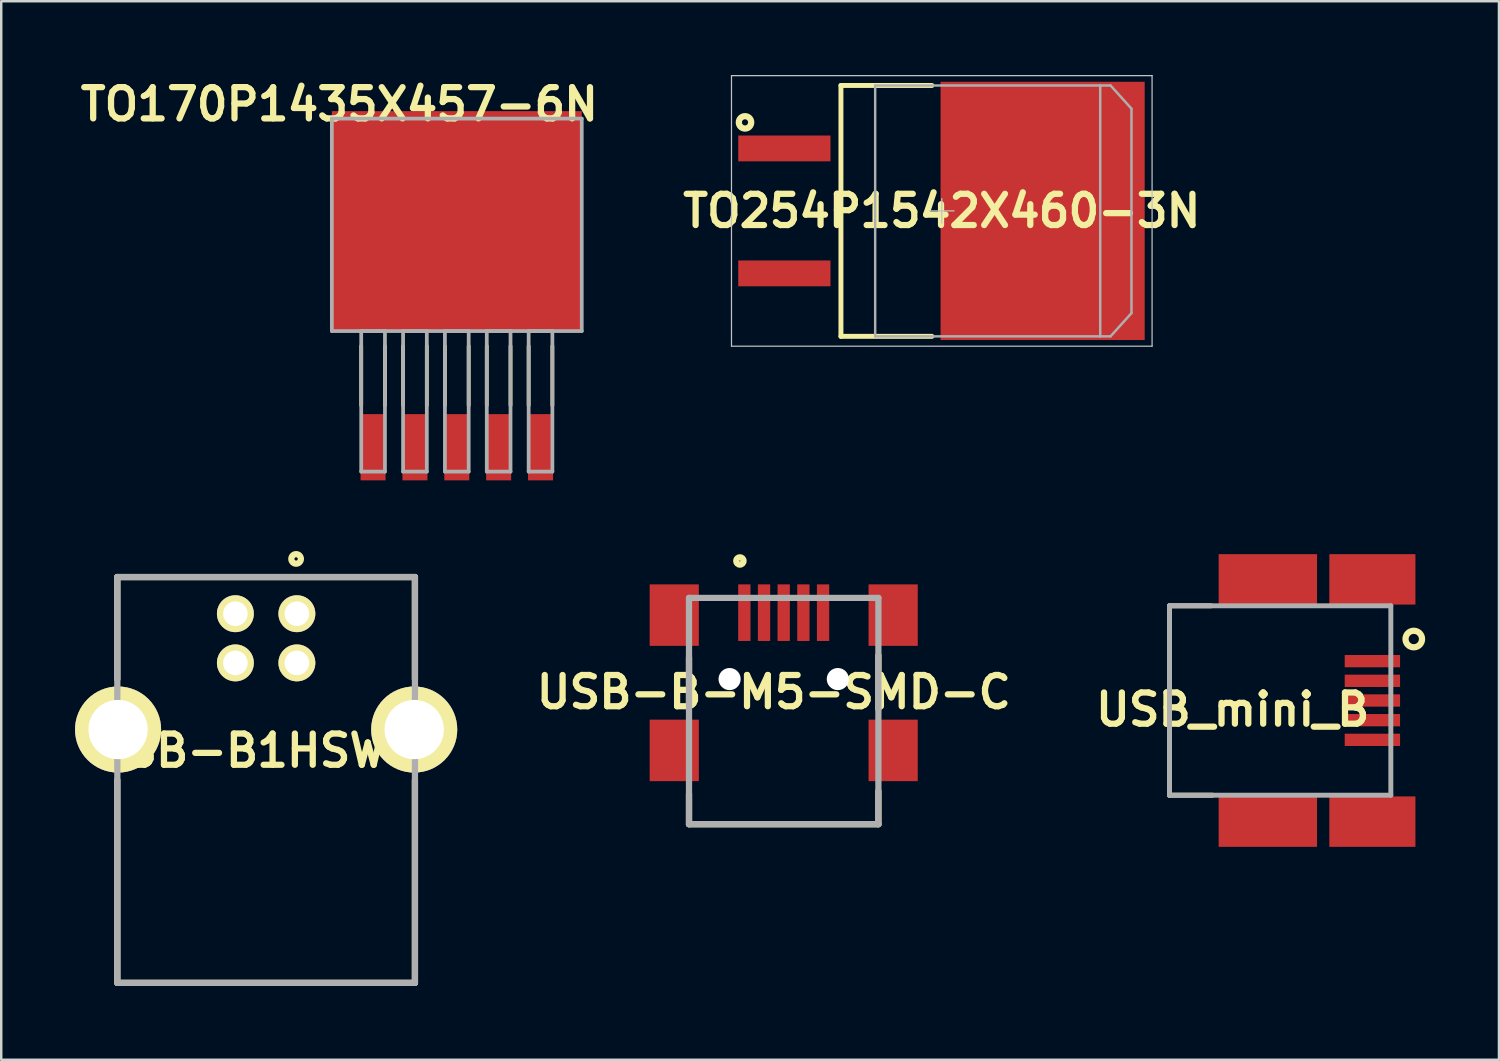
<source format=kicad_pcb>
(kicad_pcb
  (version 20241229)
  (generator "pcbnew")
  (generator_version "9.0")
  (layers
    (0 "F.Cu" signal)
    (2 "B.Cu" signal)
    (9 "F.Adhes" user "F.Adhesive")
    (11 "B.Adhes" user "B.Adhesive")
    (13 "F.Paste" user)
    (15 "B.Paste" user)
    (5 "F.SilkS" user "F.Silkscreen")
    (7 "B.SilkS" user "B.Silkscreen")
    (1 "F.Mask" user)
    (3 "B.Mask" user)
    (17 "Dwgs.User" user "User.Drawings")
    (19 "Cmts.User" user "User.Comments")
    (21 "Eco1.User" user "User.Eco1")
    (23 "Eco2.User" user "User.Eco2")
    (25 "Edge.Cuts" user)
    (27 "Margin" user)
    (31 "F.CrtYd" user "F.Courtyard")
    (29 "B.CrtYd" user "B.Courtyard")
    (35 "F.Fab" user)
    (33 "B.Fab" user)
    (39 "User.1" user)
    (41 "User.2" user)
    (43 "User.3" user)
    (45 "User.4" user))
  (footprint "USB-B1HSW6"
    (layer "F.Cu")
    (at 7.77 26.611)
    (property "Reference" "USB-B1HSW6" (at -0.464 0.858 0) (layer "F.SilkS") (effects (font (size 1.27 1.27) (thickness 0.254))))
    (attr through_hole)
    (fp_line (start -6.05 -6.2) (end -6.05 -2.05) (stroke (width 0.254) (type solid)) (layer "F.SilkS"))
    (fp_line (start -6.05 -6.2) (end 6.05 -6.2) (stroke (width 0.254) (type solid)) (layer "F.SilkS"))
    (fp_line (start -6.05 10.3) (end -6.05 2.05) (stroke (width 0.254) (type solid)) (layer "F.SilkS"))
    (fp_line (start -6.05 10.3) (end 6.05 10.3) (stroke (width 0.254) (type solid)) (layer "F.SilkS"))
    (fp_line (start 6.05 -6.2) (end 6.05 -2.05) (stroke (width 0.254) (type solid)) (layer "F.SilkS"))
    (fp_line (start 6.05 10.3) (end 6.05 2.05) (stroke (width 0.254) (type solid)) (layer "F.SilkS"))
    (fp_circle (center 1.219 -6.937) (end 1.152 -6.937) (stroke (width 0.254) (type solid)) (fill no) (layer "F.SilkS"))
    (fp_line (start -6.05 -6.2) (end 6.05 -6.2) (stroke (width 0.254) (type solid)) (layer "F.Fab"))
    (fp_line (start -6.05 10.3) (end -6.05 -6.2) (stroke (width 0.254) (type solid)) (layer "F.Fab"))
    (fp_line (start 6.05 -6.2) (end 6.05 10.3) (stroke (width 0.254) (type solid)) (layer "F.Fab"))
    (fp_line (start 6.05 10.3) (end -6.05 10.3) (stroke (width 0.254) (type solid)) (layer "F.Fab"))
    (pad "1" thru_hole circle (at 1.25 -4.71 90) (size 1.5 1.5) (drill 1) (layers "*.Cu" "*.Mask" "F.SilkS"))
    (pad "2" thru_hole circle (at -1.25 -4.71 90) (size 1.5 1.5) (drill 1) (layers "*.Cu" "*.Mask" "F.SilkS"))
    (pad "3" thru_hole circle (at -1.25 -2.71 90) (size 1.5 1.5) (drill 1) (layers "*.Cu" "*.Mask" "F.SilkS"))
    (pad "4" thru_hole circle (at 1.25 -2.71 90) (size 1.5 1.5) (drill 1) (layers "*.Cu" "*.Mask" "F.SilkS"))
    (pad "5" thru_hole circle (at -6.02 0 90) (size 3.5 3.5) (drill 2.41) (layers "*.Cu" "*.Mask" "F.SilkS"))
    (pad "6" thru_hole circle (at 6.02 0 90) (size 3.5 3.5) (drill 2.41) (layers "*.Cu" "*.Mask" "F.SilkS")))
  (footprint "TO170P1435X457-6N"
    (layer "F.Cu")
    (at 15.522 6.091)
    (property "Reference" "TO170P1435X457-6N" (at -4.775 -4.902 0) (layer "F.SilkS") (effects (font (size 1.27 1.27) (thickness 0.254))))
    (attr smd)
    (fp_line (start -3.886 4.928) (end -3.886 7.341) (stroke (width 0.152) (type solid)) (layer "F.SilkS"))
    (fp_line (start -2.921 4.928) (end -2.921 7.341) (stroke (width 0.152) (type solid)) (layer "F.SilkS"))
    (fp_line (start -2.184 4.928) (end -2.184 7.341) (stroke (width 0.152) (type solid)) (layer "F.SilkS"))
    (fp_line (start -1.219 4.928) (end -1.219 7.341) (stroke (width 0.152) (type solid)) (layer "F.SilkS"))
    (fp_line (start -0.483 4.928) (end -0.483 7.341) (stroke (width 0.152) (type solid)) (layer "F.SilkS"))
    (fp_line (start 0.483 4.928) (end 0.483 7.341) (stroke (width 0.152) (type solid)) (layer "F.SilkS"))
    (fp_line (start 1.219 4.928) (end 1.219 7.341) (stroke (width 0.152) (type solid)) (layer "F.SilkS"))
    (fp_line (start 2.184 4.928) (end 2.184 7.341) (stroke (width 0.152) (type solid)) (layer "F.SilkS"))
    (fp_line (start 2.921 4.928) (end 2.921 7.341) (stroke (width 0.152) (type solid)) (layer "F.SilkS"))
    (fp_line (start 3.886 4.928) (end 3.886 7.341) (stroke (width 0.152) (type solid)) (layer "F.SilkS"))
    (fp_line (start -5.08 -4.318) (end -5.08 4.318) (stroke (width 0.152) (type solid)) (layer "F.Fab"))
    (fp_line (start -5.08 4.318) (end 5.08 4.318) (stroke (width 0.152) (type solid)) (layer "F.Fab"))
    (fp_line (start -3.886 4.318) (end -3.886 10.033) (stroke (width 0.152) (type solid)) (layer "F.Fab"))
    (fp_line (start -3.886 10.033) (end -2.921 10.033) (stroke (width 0.152) (type solid)) (layer "F.Fab"))
    (fp_line (start -2.921 4.318) (end -3.886 4.318) (stroke (width 0.152) (type solid)) (layer "F.Fab"))
    (fp_line (start -2.921 10.033) (end -2.921 4.318) (stroke (width 0.152) (type solid)) (layer "F.Fab"))
    (fp_line (start -2.184 4.318) (end -2.184 10.033) (stroke (width 0.152) (type solid)) (layer "F.Fab"))
    (fp_line (start -2.184 10.033) (end -1.219 10.033) (stroke (width 0.152) (type solid)) (layer "F.Fab"))
    (fp_line (start -1.219 4.318) (end -2.184 4.318) (stroke (width 0.152) (type solid)) (layer "F.Fab"))
    (fp_line (start -1.219 10.033) (end -1.219 4.318) (stroke (width 0.152) (type solid)) (layer "F.Fab"))
    (fp_line (start -0.483 4.318) (end -0.483 10.033) (stroke (width 0.152) (type solid)) (layer "F.Fab"))
    (fp_line (start -0.483 10.033) (end 0.483 10.033) (stroke (width 0.152) (type solid)) (layer "F.Fab"))
    (fp_line (start 0.483 4.318) (end -0.483 4.318) (stroke (width 0.152) (type solid)) (layer "F.Fab"))
    (fp_line (start 0.483 10.033) (end 0.483 4.318) (stroke (width 0.152) (type solid)) (layer "F.Fab"))
    (fp_line (start 1.219 4.318) (end 1.219 10.033) (stroke (width 0.152) (type solid)) (layer "F.Fab"))
    (fp_line (start 1.219 10.033) (end 2.184 10.033) (stroke (width 0.152) (type solid)) (layer "F.Fab"))
    (fp_line (start 2.184 4.318) (end 1.219 4.318) (stroke (width 0.152) (type solid)) (layer "F.Fab"))
    (fp_line (start 2.184 10.033) (end 2.184 4.318) (stroke (width 0.152) (type solid)) (layer "F.Fab"))
    (fp_line (start 2.921 4.318) (end 2.921 10.033) (stroke (width 0.152) (type solid)) (layer "F.Fab"))
    (fp_line (start 2.921 10.033) (end 3.886 10.033) (stroke (width 0.152) (type solid)) (layer "F.Fab"))
    (fp_line (start 3.886 4.318) (end 2.921 4.318) (stroke (width 0.152) (type solid)) (layer "F.Fab"))
    (fp_line (start 3.886 10.033) (end 3.886 4.318) (stroke (width 0.152) (type solid)) (layer "F.Fab"))
    (fp_line (start 5.08 -4.318) (end -5.08 -4.318) (stroke (width 0.152) (type solid)) (layer "F.Fab"))
    (fp_line (start 5.08 4.318) (end 5.08 -4.318) (stroke (width 0.152) (type solid)) (layer "F.Fab"))
    (pad "1" smd rect (at -3.404 9.042) (size 1.016 2.692) (layers "F.Cu" "F.Mask" "F.Paste"))
    (pad "2" smd rect (at -1.702 9.042) (size 1.016 2.692) (layers "F.Cu" "F.Mask" "F.Paste"))
    (pad "3" smd rect (at 0 9.042) (size 1.016 2.692) (layers "F.Cu" "F.Mask" "F.Paste"))
    (pad "4" smd rect (at 1.702 9.042) (size 1.016 2.692) (layers "F.Cu" "F.Mask" "F.Paste"))
    (pad "5" smd rect (at 3.404 9.042) (size 1.016 2.692) (layers "F.Cu" "F.Mask" "F.Paste"))
    (pad "6" smd rect (at 0 -0.152 90) (size 8.941 10.16) (layers "F.Cu" "F.Mask" "F.Paste")))
  (footprint "USB-B-M5-SMD-C"
    (layer "F.Cu")
    (at 24.963 30.459)
    (property "Reference" "USB-B-M5-SMD-C" (at 3.447 -5.37 0) (layer "F.SilkS") (effects (font (size 1.27 1.27) (thickness 0.254))))
    (attr through_hole)
    (fp_line (start 0 -6.785) (end 0 -4.717) (stroke (width 0.254) (type solid)) (layer "F.SilkS"))
    (fp_line (start 0 0) (end 0 -1.235) (stroke (width 0.254) (type solid)) (layer "F.SilkS"))
    (fp_line (start 0 0) (end 7.7 0) (stroke (width 0.254) (type solid)) (layer "F.SilkS"))
    (fp_line (start 7.7 -6.858) (end 7.7 -4.681) (stroke (width 0.254) (type solid)) (layer "F.SilkS"))
    (fp_line (start 7.7 0) (end 7.7 -1.344) (stroke (width 0.254) (type solid)) (layer "F.SilkS"))
    (fp_circle (center 2.068 -10.703) (end 1.919 -10.703) (stroke (width 0.254) (type solid)) (fill no) (layer "F.SilkS"))
    (fp_line (start 0 -9.2) (end 7.7 -9.2) (stroke (width 0.254) (type solid)) (layer "F.Fab"))
    (fp_line (start 0 0) (end 0 -9.2) (stroke (width 0.254) (type solid)) (layer "F.Fab"))
    (fp_line (start 7.7 -9.2) (end 7.7 0) (stroke (width 0.254) (type solid)) (layer "F.Fab"))
    (fp_line (start 7.7 0) (end 0 0) (stroke (width 0.254) (type solid)) (layer "F.Fab"))
    (pad "" np_thru_hole circle (at 1.65 -5.9 90) (size 0.9 0.9) (drill 0.9) (layers "*.Mask" "F.Cu"))
    (pad "" np_thru_hole circle (at 6.05 -5.9 90) (size 0.9 0.9) (drill 0.9) (layers "*.Mask" "F.Cu"))
    (pad "1" smd rect (at 2.25 -8.6) (size 0.5 2.3) (layers "F.Cu" "F.Mask" "F.Paste"))
    (pad "2" smd rect (at 3.05 -8.6) (size 0.5 2.3) (layers "F.Cu" "F.Mask" "F.Paste"))
    (pad "3" smd rect (at 3.85 -8.6) (size 0.5 2.3) (layers "F.Cu" "F.Mask" "F.Paste"))
    (pad "4" smd rect (at 4.65 -8.6) (size 0.5 2.3) (layers "F.Cu" "F.Mask" "F.Paste"))
    (pad "5" smd rect (at 5.45 -8.6) (size 0.5 2.3) (layers "F.Cu" "F.Mask" "F.Paste"))
    (pad "6" smd rect (at -0.6 -8.5) (size 2 2.5) (layers "F.Cu" "F.Mask" "F.Paste"))
    (pad "6" smd rect (at -0.6 -3) (size 2 2.5) (layers "F.Cu" "F.Mask" "F.Paste"))
    (pad "6" smd rect (at 8.3 -8.5) (size 2 2.5) (layers "F.Cu" "F.Mask" "F.Paste"))
    (pad "6" smd rect (at 8.3 -3) (size 2 2.5) (layers "F.Cu" "F.Mask" "F.Paste")))
  (footprint "USB_mini_B"
    (layer "F.Cu")
    (at 44.497 29.28)
    (property "Reference" "USB_mini_B" (at 2.57 -3.481 0) (layer "F.SilkS") (effects (font (size 1.27 1.27) (thickness 0.254))))
    (attr smd)
    (fp_line (start 0 -7.7) (end 0 0) (stroke (width 0.2) (type solid)) (layer "F.SilkS"))
    (fp_line (start 0 -7.7) (end 1.693 -7.7) (stroke (width 0.2) (type solid)) (layer "F.SilkS"))
    (fp_line (start 0 0) (end 1.752 0) (stroke (width 0.2) (type solid)) (layer "F.SilkS"))
    (fp_circle (center 9.933 -6.349) (end 9.597 -6.349) (stroke (width 0.254) (type solid)) (fill no) (layer "F.SilkS"))
    (fp_line (start 0 -7.7) (end 9 -7.7) (stroke (width 0.2) (type solid)) (layer "F.Fab"))
    (fp_line (start 0 0) (end 0 -7.7) (stroke (width 0.2) (type solid)) (layer "F.Fab"))
    (fp_line (start 9 -7.7) (end 9 0) (stroke (width 0.2) (type solid)) (layer "F.Fab"))
    (fp_line (start 9 0) (end 0 0) (stroke (width 0.2) (type solid)) (layer "F.Fab"))
    (pad "1" smd rect (at 8.25 -5.45 90) (size 0.5 2.25) (layers "F.Cu" "F.Mask" "F.Paste"))
    (pad "2" smd rect (at 8.25 -4.65 90) (size 0.5 2.25) (layers "F.Cu" "F.Mask" "F.Paste"))
    (pad "3" smd rect (at 8.25 -3.85 90) (size 0.5 2.25) (layers "F.Cu" "F.Mask" "F.Paste"))
    (pad "4" smd rect (at 8.25 -3.05 90) (size 0.5 2.25) (layers "F.Cu" "F.Mask" "F.Paste"))
    (pad "5" smd rect (at 8.25 -2.25 90) (size 0.5 2.25) (layers "F.Cu" "F.Mask" "F.Paste"))
    (pad "6" smd rect (at 8.25 1.075 90) (size 2.05 3.5) (layers "F.Cu" "F.Mask" "F.Paste"))
    (pad "7" smd rect (at 4 1.075 90) (size 2.05 4) (layers "F.Cu" "F.Mask" "F.Paste"))
    (pad "8" smd rect (at 4 -8.775 90) (size 2.05 4) (layers "F.Cu" "F.Mask" "F.Paste"))
    (pad "9" smd rect (at 8.25 -8.775 90) (size 2.05 3.5) (layers "F.Cu" "F.Mask" "F.Paste")))
  (footprint "TO254P1542X460-3N"
    (layer "F.Cu")
    (at 35.24 5.525)
    (property "Reference" "TO254P1542X460-3N" (at 0 0 0) (layer "F.SilkS") (effects (font (size 1.27 1.27) (thickness 0.254))))
    (attr smd)
    (fp_line (start -4.1 -5.1) (end -0.4 -5.1) (stroke (width 0.2) (type solid)) (layer "F.SilkS"))
    (fp_line (start -4.1 5.1) (end -4.1 -5.1) (stroke (width 0.2) (type solid)) (layer "F.SilkS"))
    (fp_line (start -0.4 5.1) (end -4.1 5.1) (stroke (width 0.2) (type solid)) (layer "F.SilkS"))
    (fp_circle (center -8 -3.6) (end -8.125 -3.6) (stroke (width 0.254) (type solid)) (fill no) (layer "F.SilkS"))
    (fp_line (start -8.55 -5.5) (end -8.55 5.5) (stroke (width 0.05) (type solid)) (layer "Dwgs.User"))
    (fp_line (start -8.55 5.5) (end 8.55 5.5) (stroke (width 0.05) (type solid)) (layer "Dwgs.User"))
    (fp_line (start -2.808 -5.2) (end -2.808 5.2) (stroke (width 0.001) (type solid)) (layer "Dwgs.User"))
    (fp_line (start -2.808 5.2) (end 6.542 5.2) (stroke (width 0.001) (type solid)) (layer "Dwgs.User"))
    (fp_line (start -0.5 0) (end 0.5 0) (stroke (width 0.05) (type solid)) (layer "Dwgs.User"))
    (fp_line (start 0 0.5) (end 0 -0.5) (stroke (width 0.05) (type solid)) (layer "Dwgs.User"))
    (fp_line (start 6.542 -5.2) (end -2.808 -5.2) (stroke (width 0.001) (type solid)) (layer "Dwgs.User"))
    (fp_line (start 6.542 5.2) (end 6.542 -5.2) (stroke (width 0.001) (type solid)) (layer "Dwgs.User"))
    (fp_line (start 8.55 -5.5) (end -8.55 -5.5) (stroke (width 0.05) (type solid)) (layer "Dwgs.User"))
    (fp_line (start 8.55 5.5) (end 8.55 -5.5) (stroke (width 0.05) (type solid)) (layer "Dwgs.User"))
    (fp_line (start -2.708 -5.1) (end -2.708 5.1) (stroke (width 0.1) (type solid)) (layer "F.Fab"))
    (fp_line (start -2.708 5.1) (end 6.442 5.1) (stroke (width 0.1) (type solid)) (layer "F.Fab"))
    (fp_line (start 6.442 -5.1) (end -2.708 -5.1) (stroke (width 0.1) (type solid)) (layer "F.Fab"))
    (fp_line (start 6.442 5.1) (end 6.442 -5.1) (stroke (width 0.1) (type solid)) (layer "F.Fab"))
    (fp_line (start 6.442 5.1) (end 6.861 5.1) (stroke (width 0.1) (type solid)) (layer "F.Fab"))
    (fp_line (start 6.861 -5.1) (end 6.442 -5.1) (stroke (width 0.1) (type solid)) (layer "F.Fab"))
    (fp_line (start 6.861 5.1) (end 7.712 4.157) (stroke (width 0.1) (type solid)) (layer "F.Fab"))
    (fp_line (start 7.712 -4.157) (end 6.861 -5.1) (stroke (width 0.1) (type solid)) (layer "F.Fab"))
    (fp_line (start 7.712 4.157) (end 7.712 -4.157) (stroke (width 0.1) (type solid)) (layer "F.Fab"))
    (pad "1" smd rect (at -6.4 -2.54 90) (size 1.05 3.75) (layers "F.Cu" "F.Mask" "F.Paste"))
    (pad "3" smd rect (at -6.4 2.54 90) (size 1.05 3.75) (layers "F.Cu" "F.Mask" "F.Paste"))
    (pad "4" smd rect (at 4.1 0) (size 8.3 10.5) (layers "F.Cu" "F.Mask" "F.Paste")))
  (gr_rect
    (start -3 -3)
    (end 57.893 40.038)
    (stroke (width 0.1) (type default))
    (fill no)
    (layer "Edge.Cuts")))
</source>
